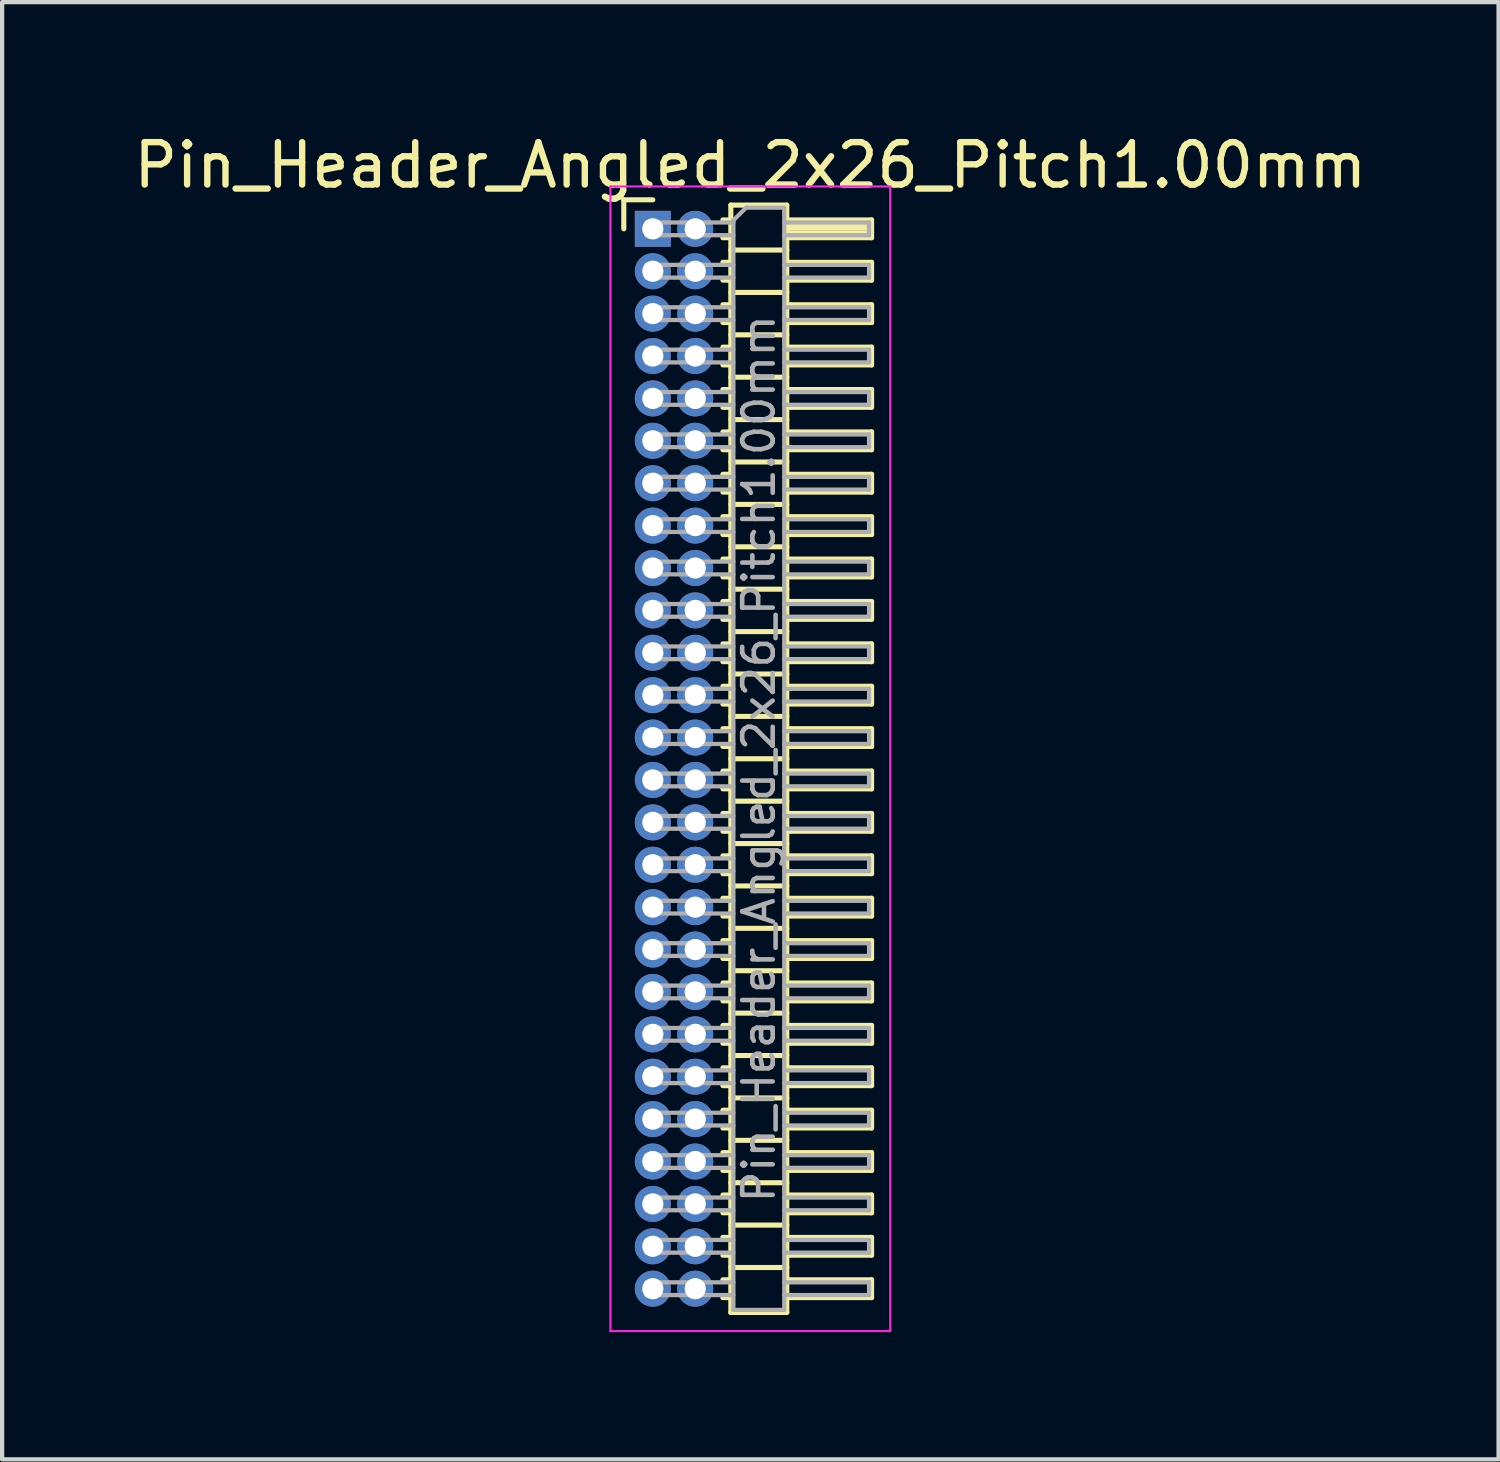
<source format=kicad_pcb>
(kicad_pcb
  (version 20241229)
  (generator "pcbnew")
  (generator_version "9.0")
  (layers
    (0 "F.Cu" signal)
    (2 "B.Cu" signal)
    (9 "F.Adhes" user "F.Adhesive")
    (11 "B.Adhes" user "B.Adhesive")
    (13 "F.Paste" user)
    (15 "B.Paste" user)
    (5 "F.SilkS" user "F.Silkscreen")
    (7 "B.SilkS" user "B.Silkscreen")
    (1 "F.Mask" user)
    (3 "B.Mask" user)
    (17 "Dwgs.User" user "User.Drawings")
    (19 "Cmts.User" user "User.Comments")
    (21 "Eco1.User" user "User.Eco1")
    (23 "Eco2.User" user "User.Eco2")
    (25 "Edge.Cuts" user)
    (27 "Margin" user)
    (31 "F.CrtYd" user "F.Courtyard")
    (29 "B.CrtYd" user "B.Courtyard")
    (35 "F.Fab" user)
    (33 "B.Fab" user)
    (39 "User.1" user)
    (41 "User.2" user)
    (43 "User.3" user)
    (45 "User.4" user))
  (footprint "Pin_Header_Angled_2x26_Pitch1.00mm"
    (layer "F.Cu")
    (at 12.349 2.348)
    (property "Reference" "Pin_Header_Angled_2x26_Pitch1.00mm" (at 2.3 -1.5 0) (layer "F.SilkS") (effects (font (size 1 1) (thickness 0.15))))
    (attr through_hole)
    (fp_line (start -0.685 -0.685) (end 0 -0.685) (stroke (width 0.12) (type solid)) (layer "F.SilkS"))
    (fp_line (start -0.685 0) (end -0.685 -0.685) (stroke (width 0.12) (type solid)) (layer "F.SilkS"))
    (fp_line (start 1.652 -0.21) (end 1.84 -0.21) (stroke (width 0.12) (type solid)) (layer "F.SilkS"))
    (fp_line (start 1.652 0.21) (end 1.84 0.21) (stroke (width 0.12) (type solid)) (layer "F.SilkS"))
    (fp_line (start 1.652 0.79) (end 1.84 0.79) (stroke (width 0.12) (type solid)) (layer "F.SilkS"))
    (fp_line (start 1.652 1.21) (end 1.84 1.21) (stroke (width 0.12) (type solid)) (layer "F.SilkS"))
    (fp_line (start 1.652 1.79) (end 1.84 1.79) (stroke (width 0.12) (type solid)) (layer "F.SilkS"))
    (fp_line (start 1.652 2.21) (end 1.84 2.21) (stroke (width 0.12) (type solid)) (layer "F.SilkS"))
    (fp_line (start 1.652 2.79) (end 1.84 2.79) (stroke (width 0.12) (type solid)) (layer "F.SilkS"))
    (fp_line (start 1.652 3.21) (end 1.84 3.21) (stroke (width 0.12) (type solid)) (layer "F.SilkS"))
    (fp_line (start 1.652 3.79) (end 1.84 3.79) (stroke (width 0.12) (type solid)) (layer "F.SilkS"))
    (fp_line (start 1.652 4.21) (end 1.84 4.21) (stroke (width 0.12) (type solid)) (layer "F.SilkS"))
    (fp_line (start 1.652 4.79) (end 1.84 4.79) (stroke (width 0.12) (type solid)) (layer "F.SilkS"))
    (fp_line (start 1.652 5.21) (end 1.84 5.21) (stroke (width 0.12) (type solid)) (layer "F.SilkS"))
    (fp_line (start 1.652 5.79) (end 1.84 5.79) (stroke (width 0.12) (type solid)) (layer "F.SilkS"))
    (fp_line (start 1.652 6.21) (end 1.84 6.21) (stroke (width 0.12) (type solid)) (layer "F.SilkS"))
    (fp_line (start 1.652 6.79) (end 1.84 6.79) (stroke (width 0.12) (type solid)) (layer "F.SilkS"))
    (fp_line (start 1.652 7.21) (end 1.84 7.21) (stroke (width 0.12) (type solid)) (layer "F.SilkS"))
    (fp_line (start 1.652 7.79) (end 1.84 7.79) (stroke (width 0.12) (type solid)) (layer "F.SilkS"))
    (fp_line (start 1.652 8.21) (end 1.84 8.21) (stroke (width 0.12) (type solid)) (layer "F.SilkS"))
    (fp_line (start 1.652 8.79) (end 1.84 8.79) (stroke (width 0.12) (type solid)) (layer "F.SilkS"))
    (fp_line (start 1.652 9.21) (end 1.84 9.21) (stroke (width 0.12) (type solid)) (layer "F.SilkS"))
    (fp_line (start 1.652 9.79) (end 1.84 9.79) (stroke (width 0.12) (type solid)) (layer "F.SilkS"))
    (fp_line (start 1.652 10.21) (end 1.84 10.21) (stroke (width 0.12) (type solid)) (layer "F.SilkS"))
    (fp_line (start 1.652 10.79) (end 1.84 10.79) (stroke (width 0.12) (type solid)) (layer "F.SilkS"))
    (fp_line (start 1.652 11.21) (end 1.84 11.21) (stroke (width 0.12) (type solid)) (layer "F.SilkS"))
    (fp_line (start 1.652 11.79) (end 1.84 11.79) (stroke (width 0.12) (type solid)) (layer "F.SilkS"))
    (fp_line (start 1.652 12.21) (end 1.84 12.21) (stroke (width 0.12) (type solid)) (layer "F.SilkS"))
    (fp_line (start 1.652 12.79) (end 1.84 12.79) (stroke (width 0.12) (type solid)) (layer "F.SilkS"))
    (fp_line (start 1.652 13.21) (end 1.84 13.21) (stroke (width 0.12) (type solid)) (layer "F.SilkS"))
    (fp_line (start 1.652 13.79) (end 1.84 13.79) (stroke (width 0.12) (type solid)) (layer "F.SilkS"))
    (fp_line (start 1.652 14.21) (end 1.84 14.21) (stroke (width 0.12) (type solid)) (layer "F.SilkS"))
    (fp_line (start 1.652 14.79) (end 1.84 14.79) (stroke (width 0.12) (type solid)) (layer "F.SilkS"))
    (fp_line (start 1.652 15.21) (end 1.84 15.21) (stroke (width 0.12) (type solid)) (layer "F.SilkS"))
    (fp_line (start 1.652 15.79) (end 1.84 15.79) (stroke (width 0.12) (type solid)) (layer "F.SilkS"))
    (fp_line (start 1.652 16.21) (end 1.84 16.21) (stroke (width 0.12) (type solid)) (layer "F.SilkS"))
    (fp_line (start 1.652 16.79) (end 1.84 16.79) (stroke (width 0.12) (type solid)) (layer "F.SilkS"))
    (fp_line (start 1.652 17.21) (end 1.84 17.21) (stroke (width 0.12) (type solid)) (layer "F.SilkS"))
    (fp_line (start 1.652 17.79) (end 1.84 17.79) (stroke (width 0.12) (type solid)) (layer "F.SilkS"))
    (fp_line (start 1.652 18.21) (end 1.84 18.21) (stroke (width 0.12) (type solid)) (layer "F.SilkS"))
    (fp_line (start 1.652 18.79) (end 1.84 18.79) (stroke (width 0.12) (type solid)) (layer "F.SilkS"))
    (fp_line (start 1.652 19.21) (end 1.84 19.21) (stroke (width 0.12) (type solid)) (layer "F.SilkS"))
    (fp_line (start 1.652 19.79) (end 1.84 19.79) (stroke (width 0.12) (type solid)) (layer "F.SilkS"))
    (fp_line (start 1.652 20.21) (end 1.84 20.21) (stroke (width 0.12) (type solid)) (layer "F.SilkS"))
    (fp_line (start 1.652 20.79) (end 1.84 20.79) (stroke (width 0.12) (type solid)) (layer "F.SilkS"))
    (fp_line (start 1.652 21.21) (end 1.84 21.21) (stroke (width 0.12) (type solid)) (layer "F.SilkS"))
    (fp_line (start 1.652 21.79) (end 1.84 21.79) (stroke (width 0.12) (type solid)) (layer "F.SilkS"))
    (fp_line (start 1.652 22.21) (end 1.84 22.21) (stroke (width 0.12) (type solid)) (layer "F.SilkS"))
    (fp_line (start 1.652 22.79) (end 1.84 22.79) (stroke (width 0.12) (type solid)) (layer "F.SilkS"))
    (fp_line (start 1.652 23.21) (end 1.84 23.21) (stroke (width 0.12) (type solid)) (layer "F.SilkS"))
    (fp_line (start 1.652 23.79) (end 1.84 23.79) (stroke (width 0.12) (type solid)) (layer "F.SilkS"))
    (fp_line (start 1.652 24.21) (end 1.84 24.21) (stroke (width 0.12) (type solid)) (layer "F.SilkS"))
    (fp_line (start 1.652 24.79) (end 1.84 24.79) (stroke (width 0.12) (type solid)) (layer "F.SilkS"))
    (fp_line (start 1.652 25.21) (end 1.84 25.21) (stroke (width 0.12) (type solid)) (layer "F.SilkS"))
    (fp_line (start 1.84 -0.56) (end 1.84 25.56) (stroke (width 0.12) (type solid)) (layer "F.SilkS"))
    (fp_line (start 1.84 0.5) (end 3.16 0.5) (stroke (width 0.12) (type solid)) (layer "F.SilkS"))
    (fp_line (start 1.84 1.5) (end 3.16 1.5) (stroke (width 0.12) (type solid)) (layer "F.SilkS"))
    (fp_line (start 1.84 2.5) (end 3.16 2.5) (stroke (width 0.12) (type solid)) (layer "F.SilkS"))
    (fp_line (start 1.84 3.5) (end 3.16 3.5) (stroke (width 0.12) (type solid)) (layer "F.SilkS"))
    (fp_line (start 1.84 4.5) (end 3.16 4.5) (stroke (width 0.12) (type solid)) (layer "F.SilkS"))
    (fp_line (start 1.84 5.5) (end 3.16 5.5) (stroke (width 0.12) (type solid)) (layer "F.SilkS"))
    (fp_line (start 1.84 6.5) (end 3.16 6.5) (stroke (width 0.12) (type solid)) (layer "F.SilkS"))
    (fp_line (start 1.84 7.5) (end 3.16 7.5) (stroke (width 0.12) (type solid)) (layer "F.SilkS"))
    (fp_line (start 1.84 8.5) (end 3.16 8.5) (stroke (width 0.12) (type solid)) (layer "F.SilkS"))
    (fp_line (start 1.84 9.5) (end 3.16 9.5) (stroke (width 0.12) (type solid)) (layer "F.SilkS"))
    (fp_line (start 1.84 10.5) (end 3.16 10.5) (stroke (width 0.12) (type solid)) (layer "F.SilkS"))
    (fp_line (start 1.84 11.5) (end 3.16 11.5) (stroke (width 0.12) (type solid)) (layer "F.SilkS"))
    (fp_line (start 1.84 12.5) (end 3.16 12.5) (stroke (width 0.12) (type solid)) (layer "F.SilkS"))
    (fp_line (start 1.84 13.5) (end 3.16 13.5) (stroke (width 0.12) (type solid)) (layer "F.SilkS"))
    (fp_line (start 1.84 14.5) (end 3.16 14.5) (stroke (width 0.12) (type solid)) (layer "F.SilkS"))
    (fp_line (start 1.84 15.5) (end 3.16 15.5) (stroke (width 0.12) (type solid)) (layer "F.SilkS"))
    (fp_line (start 1.84 16.5) (end 3.16 16.5) (stroke (width 0.12) (type solid)) (layer "F.SilkS"))
    (fp_line (start 1.84 17.5) (end 3.16 17.5) (stroke (width 0.12) (type solid)) (layer "F.SilkS"))
    (fp_line (start 1.84 18.5) (end 3.16 18.5) (stroke (width 0.12) (type solid)) (layer "F.SilkS"))
    (fp_line (start 1.84 19.5) (end 3.16 19.5) (stroke (width 0.12) (type solid)) (layer "F.SilkS"))
    (fp_line (start 1.84 20.5) (end 3.16 20.5) (stroke (width 0.12) (type solid)) (layer "F.SilkS"))
    (fp_line (start 1.84 21.5) (end 3.16 21.5) (stroke (width 0.12) (type solid)) (layer "F.SilkS"))
    (fp_line (start 1.84 22.5) (end 3.16 22.5) (stroke (width 0.12) (type solid)) (layer "F.SilkS"))
    (fp_line (start 1.84 23.5) (end 3.16 23.5) (stroke (width 0.12) (type solid)) (layer "F.SilkS"))
    (fp_line (start 1.84 24.5) (end 3.16 24.5) (stroke (width 0.12) (type solid)) (layer "F.SilkS"))
    (fp_line (start 1.84 25.56) (end 3.16 25.56) (stroke (width 0.12) (type solid)) (layer "F.SilkS"))
    (fp_line (start 3.16 -0.56) (end 1.84 -0.56) (stroke (width 0.12) (type solid)) (layer "F.SilkS"))
    (fp_line (start 3.16 -0.21) (end 5.16 -0.21) (stroke (width 0.12) (type solid)) (layer "F.SilkS"))
    (fp_line (start 3.16 -0.15) (end 5.16 -0.15) (stroke (width 0.12) (type solid)) (layer "F.SilkS"))
    (fp_line (start 3.16 -0.03) (end 5.16 -0.03) (stroke (width 0.12) (type solid)) (layer "F.SilkS"))
    (fp_line (start 3.16 0.09) (end 5.16 0.09) (stroke (width 0.12) (type solid)) (layer "F.SilkS"))
    (fp_line (start 3.16 0.79) (end 5.16 0.79) (stroke (width 0.12) (type solid)) (layer "F.SilkS"))
    (fp_line (start 3.16 1.79) (end 5.16 1.79) (stroke (width 0.12) (type solid)) (layer "F.SilkS"))
    (fp_line (start 3.16 2.79) (end 5.16 2.79) (stroke (width 0.12) (type solid)) (layer "F.SilkS"))
    (fp_line (start 3.16 3.79) (end 5.16 3.79) (stroke (width 0.12) (type solid)) (layer "F.SilkS"))
    (fp_line (start 3.16 4.79) (end 5.16 4.79) (stroke (width 0.12) (type solid)) (layer "F.SilkS"))
    (fp_line (start 3.16 5.79) (end 5.16 5.79) (stroke (width 0.12) (type solid)) (layer "F.SilkS"))
    (fp_line (start 3.16 6.79) (end 5.16 6.79) (stroke (width 0.12) (type solid)) (layer "F.SilkS"))
    (fp_line (start 3.16 7.79) (end 5.16 7.79) (stroke (width 0.12) (type solid)) (layer "F.SilkS"))
    (fp_line (start 3.16 8.79) (end 5.16 8.79) (stroke (width 0.12) (type solid)) (layer "F.SilkS"))
    (fp_line (start 3.16 9.79) (end 5.16 9.79) (stroke (width 0.12) (type solid)) (layer "F.SilkS"))
    (fp_line (start 3.16 10.79) (end 5.16 10.79) (stroke (width 0.12) (type solid)) (layer "F.SilkS"))
    (fp_line (start 3.16 11.79) (end 5.16 11.79) (stroke (width 0.12) (type solid)) (layer "F.SilkS"))
    (fp_line (start 3.16 12.79) (end 5.16 12.79) (stroke (width 0.12) (type solid)) (layer "F.SilkS"))
    (fp_line (start 3.16 13.79) (end 5.16 13.79) (stroke (width 0.12) (type solid)) (layer "F.SilkS"))
    (fp_line (start 3.16 14.79) (end 5.16 14.79) (stroke (width 0.12) (type solid)) (layer "F.SilkS"))
    (fp_line (start 3.16 15.79) (end 5.16 15.79) (stroke (width 0.12) (type solid)) (layer "F.SilkS"))
    (fp_line (start 3.16 16.79) (end 5.16 16.79) (stroke (width 0.12) (type solid)) (layer "F.SilkS"))
    (fp_line (start 3.16 17.79) (end 5.16 17.79) (stroke (width 0.12) (type solid)) (layer "F.SilkS"))
    (fp_line (start 3.16 18.79) (end 5.16 18.79) (stroke (width 0.12) (type solid)) (layer "F.SilkS"))
    (fp_line (start 3.16 19.79) (end 5.16 19.79) (stroke (width 0.12) (type solid)) (layer "F.SilkS"))
    (fp_line (start 3.16 20.79) (end 5.16 20.79) (stroke (width 0.12) (type solid)) (layer "F.SilkS"))
    (fp_line (start 3.16 21.79) (end 5.16 21.79) (stroke (width 0.12) (type solid)) (layer "F.SilkS"))
    (fp_line (start 3.16 22.79) (end 5.16 22.79) (stroke (width 0.12) (type solid)) (layer "F.SilkS"))
    (fp_line (start 3.16 23.79) (end 5.16 23.79) (stroke (width 0.12) (type solid)) (layer "F.SilkS"))
    (fp_line (start 3.16 24.79) (end 5.16 24.79) (stroke (width 0.12) (type solid)) (layer "F.SilkS"))
    (fp_line (start 3.16 25.56) (end 3.16 -0.56) (stroke (width 0.12) (type solid)) (layer "F.SilkS"))
    (fp_line (start 5.16 -0.21) (end 5.16 0.21) (stroke (width 0.12) (type solid)) (layer "F.SilkS"))
    (fp_line (start 5.16 0.21) (end 3.16 0.21) (stroke (width 0.12) (type solid)) (layer "F.SilkS"))
    (fp_line (start 5.16 0.79) (end 5.16 1.21) (stroke (width 0.12) (type solid)) (layer "F.SilkS"))
    (fp_line (start 5.16 1.21) (end 3.16 1.21) (stroke (width 0.12) (type solid)) (layer "F.SilkS"))
    (fp_line (start 5.16 1.79) (end 5.16 2.21) (stroke (width 0.12) (type solid)) (layer "F.SilkS"))
    (fp_line (start 5.16 2.21) (end 3.16 2.21) (stroke (width 0.12) (type solid)) (layer "F.SilkS"))
    (fp_line (start 5.16 2.79) (end 5.16 3.21) (stroke (width 0.12) (type solid)) (layer "F.SilkS"))
    (fp_line (start 5.16 3.21) (end 3.16 3.21) (stroke (width 0.12) (type solid)) (layer "F.SilkS"))
    (fp_line (start 5.16 3.79) (end 5.16 4.21) (stroke (width 0.12) (type solid)) (layer "F.SilkS"))
    (fp_line (start 5.16 4.21) (end 3.16 4.21) (stroke (width 0.12) (type solid)) (layer "F.SilkS"))
    (fp_line (start 5.16 4.79) (end 5.16 5.21) (stroke (width 0.12) (type solid)) (layer "F.SilkS"))
    (fp_line (start 5.16 5.21) (end 3.16 5.21) (stroke (width 0.12) (type solid)) (layer "F.SilkS"))
    (fp_line (start 5.16 5.79) (end 5.16 6.21) (stroke (width 0.12) (type solid)) (layer "F.SilkS"))
    (fp_line (start 5.16 6.21) (end 3.16 6.21) (stroke (width 0.12) (type solid)) (layer "F.SilkS"))
    (fp_line (start 5.16 6.79) (end 5.16 7.21) (stroke (width 0.12) (type solid)) (layer "F.SilkS"))
    (fp_line (start 5.16 7.21) (end 3.16 7.21) (stroke (width 0.12) (type solid)) (layer "F.SilkS"))
    (fp_line (start 5.16 7.79) (end 5.16 8.21) (stroke (width 0.12) (type solid)) (layer "F.SilkS"))
    (fp_line (start 5.16 8.21) (end 3.16 8.21) (stroke (width 0.12) (type solid)) (layer "F.SilkS"))
    (fp_line (start 5.16 8.79) (end 5.16 9.21) (stroke (width 0.12) (type solid)) (layer "F.SilkS"))
    (fp_line (start 5.16 9.21) (end 3.16 9.21) (stroke (width 0.12) (type solid)) (layer "F.SilkS"))
    (fp_line (start 5.16 9.79) (end 5.16 10.21) (stroke (width 0.12) (type solid)) (layer "F.SilkS"))
    (fp_line (start 5.16 10.21) (end 3.16 10.21) (stroke (width 0.12) (type solid)) (layer "F.SilkS"))
    (fp_line (start 5.16 10.79) (end 5.16 11.21) (stroke (width 0.12) (type solid)) (layer "F.SilkS"))
    (fp_line (start 5.16 11.21) (end 3.16 11.21) (stroke (width 0.12) (type solid)) (layer "F.SilkS"))
    (fp_line (start 5.16 11.79) (end 5.16 12.21) (stroke (width 0.12) (type solid)) (layer "F.SilkS"))
    (fp_line (start 5.16 12.21) (end 3.16 12.21) (stroke (width 0.12) (type solid)) (layer "F.SilkS"))
    (fp_line (start 5.16 12.79) (end 5.16 13.21) (stroke (width 0.12) (type solid)) (layer "F.SilkS"))
    (fp_line (start 5.16 13.21) (end 3.16 13.21) (stroke (width 0.12) (type solid)) (layer "F.SilkS"))
    (fp_line (start 5.16 13.79) (end 5.16 14.21) (stroke (width 0.12) (type solid)) (layer "F.SilkS"))
    (fp_line (start 5.16 14.21) (end 3.16 14.21) (stroke (width 0.12) (type solid)) (layer "F.SilkS"))
    (fp_line (start 5.16 14.79) (end 5.16 15.21) (stroke (width 0.12) (type solid)) (layer "F.SilkS"))
    (fp_line (start 5.16 15.21) (end 3.16 15.21) (stroke (width 0.12) (type solid)) (layer "F.SilkS"))
    (fp_line (start 5.16 15.79) (end 5.16 16.21) (stroke (width 0.12) (type solid)) (layer "F.SilkS"))
    (fp_line (start 5.16 16.21) (end 3.16 16.21) (stroke (width 0.12) (type solid)) (layer "F.SilkS"))
    (fp_line (start 5.16 16.79) (end 5.16 17.21) (stroke (width 0.12) (type solid)) (layer "F.SilkS"))
    (fp_line (start 5.16 17.21) (end 3.16 17.21) (stroke (width 0.12) (type solid)) (layer "F.SilkS"))
    (fp_line (start 5.16 17.79) (end 5.16 18.21) (stroke (width 0.12) (type solid)) (layer "F.SilkS"))
    (fp_line (start 5.16 18.21) (end 3.16 18.21) (stroke (width 0.12) (type solid)) (layer "F.SilkS"))
    (fp_line (start 5.16 18.79) (end 5.16 19.21) (stroke (width 0.12) (type solid)) (layer "F.SilkS"))
    (fp_line (start 5.16 19.21) (end 3.16 19.21) (stroke (width 0.12) (type solid)) (layer "F.SilkS"))
    (fp_line (start 5.16 19.79) (end 5.16 20.21) (stroke (width 0.12) (type solid)) (layer "F.SilkS"))
    (fp_line (start 5.16 20.21) (end 3.16 20.21) (stroke (width 0.12) (type solid)) (layer "F.SilkS"))
    (fp_line (start 5.16 20.79) (end 5.16 21.21) (stroke (width 0.12) (type solid)) (layer "F.SilkS"))
    (fp_line (start 5.16 21.21) (end 3.16 21.21) (stroke (width 0.12) (type solid)) (layer "F.SilkS"))
    (fp_line (start 5.16 21.79) (end 5.16 22.21) (stroke (width 0.12) (type solid)) (layer "F.SilkS"))
    (fp_line (start 5.16 22.21) (end 3.16 22.21) (stroke (width 0.12) (type solid)) (layer "F.SilkS"))
    (fp_line (start 5.16 22.79) (end 5.16 23.21) (stroke (width 0.12) (type solid)) (layer "F.SilkS"))
    (fp_line (start 5.16 23.21) (end 3.16 23.21) (stroke (width 0.12) (type solid)) (layer "F.SilkS"))
    (fp_line (start 5.16 23.79) (end 5.16 24.21) (stroke (width 0.12) (type solid)) (layer "F.SilkS"))
    (fp_line (start 5.16 24.21) (end 3.16 24.21) (stroke (width 0.12) (type solid)) (layer "F.SilkS"))
    (fp_line (start 5.16 24.79) (end 5.16 25.21) (stroke (width 0.12) (type solid)) (layer "F.SilkS"))
    (fp_line (start 5.16 25.21) (end 3.16 25.21) (stroke (width 0.12) (type solid)) (layer "F.SilkS"))
    (fp_line (start -1 -1) (end -1 26) (stroke (width 0.05) (type solid)) (layer "F.CrtYd"))
    (fp_line (start -1 26) (end 5.6 26) (stroke (width 0.05) (type solid)) (layer "F.CrtYd"))
    (fp_line (start 5.6 -1) (end -1 -1) (stroke (width 0.05) (type solid)) (layer "F.CrtYd"))
    (fp_line (start 5.6 26) (end 5.6 -1) (stroke (width 0.05) (type solid)) (layer "F.CrtYd"))
    (fp_line (start -0.15 -0.15) (end -0.15 0.15) (stroke (width 0.1) (type solid)) (layer "F.Fab"))
    (fp_line (start -0.15 -0.15) (end 1.9 -0.15) (stroke (width 0.1) (type solid)) (layer "F.Fab"))
    (fp_line (start -0.15 0.15) (end 1.9 0.15) (stroke (width 0.1) (type solid)) (layer "F.Fab"))
    (fp_line (start -0.15 0.85) (end -0.15 1.15) (stroke (width 0.1) (type solid)) (layer "F.Fab"))
    (fp_line (start -0.15 0.85) (end 1.9 0.85) (stroke (width 0.1) (type solid)) (layer "F.Fab"))
    (fp_line (start -0.15 1.15) (end 1.9 1.15) (stroke (width 0.1) (type solid)) (layer "F.Fab"))
    (fp_line (start -0.15 1.85) (end -0.15 2.15) (stroke (width 0.1) (type solid)) (layer "F.Fab"))
    (fp_line (start -0.15 1.85) (end 1.9 1.85) (stroke (width 0.1) (type solid)) (layer "F.Fab"))
    (fp_line (start -0.15 2.15) (end 1.9 2.15) (stroke (width 0.1) (type solid)) (layer "F.Fab"))
    (fp_line (start -0.15 2.85) (end -0.15 3.15) (stroke (width 0.1) (type solid)) (layer "F.Fab"))
    (fp_line (start -0.15 2.85) (end 1.9 2.85) (stroke (width 0.1) (type solid)) (layer "F.Fab"))
    (fp_line (start -0.15 3.15) (end 1.9 3.15) (stroke (width 0.1) (type solid)) (layer "F.Fab"))
    (fp_line (start -0.15 3.85) (end -0.15 4.15) (stroke (width 0.1) (type solid)) (layer "F.Fab"))
    (fp_line (start -0.15 3.85) (end 1.9 3.85) (stroke (width 0.1) (type solid)) (layer "F.Fab"))
    (fp_line (start -0.15 4.15) (end 1.9 4.15) (stroke (width 0.1) (type solid)) (layer "F.Fab"))
    (fp_line (start -0.15 4.85) (end -0.15 5.15) (stroke (width 0.1) (type solid)) (layer "F.Fab"))
    (fp_line (start -0.15 4.85) (end 1.9 4.85) (stroke (width 0.1) (type solid)) (layer "F.Fab"))
    (fp_line (start -0.15 5.15) (end 1.9 5.15) (stroke (width 0.1) (type solid)) (layer "F.Fab"))
    (fp_line (start -0.15 5.85) (end -0.15 6.15) (stroke (width 0.1) (type solid)) (layer "F.Fab"))
    (fp_line (start -0.15 5.85) (end 1.9 5.85) (stroke (width 0.1) (type solid)) (layer "F.Fab"))
    (fp_line (start -0.15 6.15) (end 1.9 6.15) (stroke (width 0.1) (type solid)) (layer "F.Fab"))
    (fp_line (start -0.15 6.85) (end -0.15 7.15) (stroke (width 0.1) (type solid)) (layer "F.Fab"))
    (fp_line (start -0.15 6.85) (end 1.9 6.85) (stroke (width 0.1) (type solid)) (layer "F.Fab"))
    (fp_line (start -0.15 7.15) (end 1.9 7.15) (stroke (width 0.1) (type solid)) (layer "F.Fab"))
    (fp_line (start -0.15 7.85) (end -0.15 8.15) (stroke (width 0.1) (type solid)) (layer "F.Fab"))
    (fp_line (start -0.15 7.85) (end 1.9 7.85) (stroke (width 0.1) (type solid)) (layer "F.Fab"))
    (fp_line (start -0.15 8.15) (end 1.9 8.15) (stroke (width 0.1) (type solid)) (layer "F.Fab"))
    (fp_line (start -0.15 8.85) (end -0.15 9.15) (stroke (width 0.1) (type solid)) (layer "F.Fab"))
    (fp_line (start -0.15 8.85) (end 1.9 8.85) (stroke (width 0.1) (type solid)) (layer "F.Fab"))
    (fp_line (start -0.15 9.15) (end 1.9 9.15) (stroke (width 0.1) (type solid)) (layer "F.Fab"))
    (fp_line (start -0.15 9.85) (end -0.15 10.15) (stroke (width 0.1) (type solid)) (layer "F.Fab"))
    (fp_line (start -0.15 9.85) (end 1.9 9.85) (stroke (width 0.1) (type solid)) (layer "F.Fab"))
    (fp_line (start -0.15 10.15) (end 1.9 10.15) (stroke (width 0.1) (type solid)) (layer "F.Fab"))
    (fp_line (start -0.15 10.85) (end -0.15 11.15) (stroke (width 0.1) (type solid)) (layer "F.Fab"))
    (fp_line (start -0.15 10.85) (end 1.9 10.85) (stroke (width 0.1) (type solid)) (layer "F.Fab"))
    (fp_line (start -0.15 11.15) (end 1.9 11.15) (stroke (width 0.1) (type solid)) (layer "F.Fab"))
    (fp_line (start -0.15 11.85) (end -0.15 12.15) (stroke (width 0.1) (type solid)) (layer "F.Fab"))
    (fp_line (start -0.15 11.85) (end 1.9 11.85) (stroke (width 0.1) (type solid)) (layer "F.Fab"))
    (fp_line (start -0.15 12.15) (end 1.9 12.15) (stroke (width 0.1) (type solid)) (layer "F.Fab"))
    (fp_line (start -0.15 12.85) (end -0.15 13.15) (stroke (width 0.1) (type solid)) (layer "F.Fab"))
    (fp_line (start -0.15 12.85) (end 1.9 12.85) (stroke (width 0.1) (type solid)) (layer "F.Fab"))
    (fp_line (start -0.15 13.15) (end 1.9 13.15) (stroke (width 0.1) (type solid)) (layer "F.Fab"))
    (fp_line (start -0.15 13.85) (end -0.15 14.15) (stroke (width 0.1) (type solid)) (layer "F.Fab"))
    (fp_line (start -0.15 13.85) (end 1.9 13.85) (stroke (width 0.1) (type solid)) (layer "F.Fab"))
    (fp_line (start -0.15 14.15) (end 1.9 14.15) (stroke (width 0.1) (type solid)) (layer "F.Fab"))
    (fp_line (start -0.15 14.85) (end -0.15 15.15) (stroke (width 0.1) (type solid)) (layer "F.Fab"))
    (fp_line (start -0.15 14.85) (end 1.9 14.85) (stroke (width 0.1) (type solid)) (layer "F.Fab"))
    (fp_line (start -0.15 15.15) (end 1.9 15.15) (stroke (width 0.1) (type solid)) (layer "F.Fab"))
    (fp_line (start -0.15 15.85) (end -0.15 16.15) (stroke (width 0.1) (type solid)) (layer "F.Fab"))
    (fp_line (start -0.15 15.85) (end 1.9 15.85) (stroke (width 0.1) (type solid)) (layer "F.Fab"))
    (fp_line (start -0.15 16.15) (end 1.9 16.15) (stroke (width 0.1) (type solid)) (layer "F.Fab"))
    (fp_line (start -0.15 16.85) (end -0.15 17.15) (stroke (width 0.1) (type solid)) (layer "F.Fab"))
    (fp_line (start -0.15 16.85) (end 1.9 16.85) (stroke (width 0.1) (type solid)) (layer "F.Fab"))
    (fp_line (start -0.15 17.15) (end 1.9 17.15) (stroke (width 0.1) (type solid)) (layer "F.Fab"))
    (fp_line (start -0.15 17.85) (end -0.15 18.15) (stroke (width 0.1) (type solid)) (layer "F.Fab"))
    (fp_line (start -0.15 17.85) (end 1.9 17.85) (stroke (width 0.1) (type solid)) (layer "F.Fab"))
    (fp_line (start -0.15 18.15) (end 1.9 18.15) (stroke (width 0.1) (type solid)) (layer "F.Fab"))
    (fp_line (start -0.15 18.85) (end -0.15 19.15) (stroke (width 0.1) (type solid)) (layer "F.Fab"))
    (fp_line (start -0.15 18.85) (end 1.9 18.85) (stroke (width 0.1) (type solid)) (layer "F.Fab"))
    (fp_line (start -0.15 19.15) (end 1.9 19.15) (stroke (width 0.1) (type solid)) (layer "F.Fab"))
    (fp_line (start -0.15 19.85) (end -0.15 20.15) (stroke (width 0.1) (type solid)) (layer "F.Fab"))
    (fp_line (start -0.15 19.85) (end 1.9 19.85) (stroke (width 0.1) (type solid)) (layer "F.Fab"))
    (fp_line (start -0.15 20.15) (end 1.9 20.15) (stroke (width 0.1) (type solid)) (layer "F.Fab"))
    (fp_line (start -0.15 20.85) (end -0.15 21.15) (stroke (width 0.1) (type solid)) (layer "F.Fab"))
    (fp_line (start -0.15 20.85) (end 1.9 20.85) (stroke (width 0.1) (type solid)) (layer "F.Fab"))
    (fp_line (start -0.15 21.15) (end 1.9 21.15) (stroke (width 0.1) (type solid)) (layer "F.Fab"))
    (fp_line (start -0.15 21.85) (end -0.15 22.15) (stroke (width 0.1) (type solid)) (layer "F.Fab"))
    (fp_line (start -0.15 21.85) (end 1.9 21.85) (stroke (width 0.1) (type solid)) (layer "F.Fab"))
    (fp_line (start -0.15 22.15) (end 1.9 22.15) (stroke (width 0.1) (type solid)) (layer "F.Fab"))
    (fp_line (start -0.15 22.85) (end -0.15 23.15) (stroke (width 0.1) (type solid)) (layer "F.Fab"))
    (fp_line (start -0.15 22.85) (end 1.9 22.85) (stroke (width 0.1) (type solid)) (layer "F.Fab"))
    (fp_line (start -0.15 23.15) (end 1.9 23.15) (stroke (width 0.1) (type solid)) (layer "F.Fab"))
    (fp_line (start -0.15 23.85) (end -0.15 24.15) (stroke (width 0.1) (type solid)) (layer "F.Fab"))
    (fp_line (start -0.15 23.85) (end 1.9 23.85) (stroke (width 0.1) (type solid)) (layer "F.Fab"))
    (fp_line (start -0.15 24.15) (end 1.9 24.15) (stroke (width 0.1) (type solid)) (layer "F.Fab"))
    (fp_line (start -0.15 24.85) (end -0.15 25.15) (stroke (width 0.1) (type solid)) (layer "F.Fab"))
    (fp_line (start -0.15 24.85) (end 1.9 24.85) (stroke (width 0.1) (type solid)) (layer "F.Fab"))
    (fp_line (start -0.15 25.15) (end 1.9 25.15) (stroke (width 0.1) (type solid)) (layer "F.Fab"))
    (fp_line (start 1.9 -0.2) (end 2.2 -0.5) (stroke (width 0.1) (type solid)) (layer "F.Fab"))
    (fp_line (start 1.9 25.5) (end 1.9 -0.2) (stroke (width 0.1) (type solid)) (layer "F.Fab"))
    (fp_line (start 2.2 -0.5) (end 3.1 -0.5) (stroke (width 0.1) (type solid)) (layer "F.Fab"))
    (fp_line (start 3.1 -0.5) (end 3.1 25.5) (stroke (width 0.1) (type solid)) (layer "F.Fab"))
    (fp_line (start 3.1 -0.15) (end 5.1 -0.15) (stroke (width 0.1) (type solid)) (layer "F.Fab"))
    (fp_line (start 3.1 0.15) (end 5.1 0.15) (stroke (width 0.1) (type solid)) (layer "F.Fab"))
    (fp_line (start 3.1 0.85) (end 5.1 0.85) (stroke (width 0.1) (type solid)) (layer "F.Fab"))
    (fp_line (start 3.1 1.15) (end 5.1 1.15) (stroke (width 0.1) (type solid)) (layer "F.Fab"))
    (fp_line (start 3.1 1.85) (end 5.1 1.85) (stroke (width 0.1) (type solid)) (layer "F.Fab"))
    (fp_line (start 3.1 2.15) (end 5.1 2.15) (stroke (width 0.1) (type solid)) (layer "F.Fab"))
    (fp_line (start 3.1 2.85) (end 5.1 2.85) (stroke (width 0.1) (type solid)) (layer "F.Fab"))
    (fp_line (start 3.1 3.15) (end 5.1 3.15) (stroke (width 0.1) (type solid)) (layer "F.Fab"))
    (fp_line (start 3.1 3.85) (end 5.1 3.85) (stroke (width 0.1) (type solid)) (layer "F.Fab"))
    (fp_line (start 3.1 4.15) (end 5.1 4.15) (stroke (width 0.1) (type solid)) (layer "F.Fab"))
    (fp_line (start 3.1 4.85) (end 5.1 4.85) (stroke (width 0.1) (type solid)) (layer "F.Fab"))
    (fp_line (start 3.1 5.15) (end 5.1 5.15) (stroke (width 0.1) (type solid)) (layer "F.Fab"))
    (fp_line (start 3.1 5.85) (end 5.1 5.85) (stroke (width 0.1) (type solid)) (layer "F.Fab"))
    (fp_line (start 3.1 6.15) (end 5.1 6.15) (stroke (width 0.1) (type solid)) (layer "F.Fab"))
    (fp_line (start 3.1 6.85) (end 5.1 6.85) (stroke (width 0.1) (type solid)) (layer "F.Fab"))
    (fp_line (start 3.1 7.15) (end 5.1 7.15) (stroke (width 0.1) (type solid)) (layer "F.Fab"))
    (fp_line (start 3.1 7.85) (end 5.1 7.85) (stroke (width 0.1) (type solid)) (layer "F.Fab"))
    (fp_line (start 3.1 8.15) (end 5.1 8.15) (stroke (width 0.1) (type solid)) (layer "F.Fab"))
    (fp_line (start 3.1 8.85) (end 5.1 8.85) (stroke (width 0.1) (type solid)) (layer "F.Fab"))
    (fp_line (start 3.1 9.15) (end 5.1 9.15) (stroke (width 0.1) (type solid)) (layer "F.Fab"))
    (fp_line (start 3.1 9.85) (end 5.1 9.85) (stroke (width 0.1) (type solid)) (layer "F.Fab"))
    (fp_line (start 3.1 10.15) (end 5.1 10.15) (stroke (width 0.1) (type solid)) (layer "F.Fab"))
    (fp_line (start 3.1 10.85) (end 5.1 10.85) (stroke (width 0.1) (type solid)) (layer "F.Fab"))
    (fp_line (start 3.1 11.15) (end 5.1 11.15) (stroke (width 0.1) (type solid)) (layer "F.Fab"))
    (fp_line (start 3.1 11.85) (end 5.1 11.85) (stroke (width 0.1) (type solid)) (layer "F.Fab"))
    (fp_line (start 3.1 12.15) (end 5.1 12.15) (stroke (width 0.1) (type solid)) (layer "F.Fab"))
    (fp_line (start 3.1 12.85) (end 5.1 12.85) (stroke (width 0.1) (type solid)) (layer "F.Fab"))
    (fp_line (start 3.1 13.15) (end 5.1 13.15) (stroke (width 0.1) (type solid)) (layer "F.Fab"))
    (fp_line (start 3.1 13.85) (end 5.1 13.85) (stroke (width 0.1) (type solid)) (layer "F.Fab"))
    (fp_line (start 3.1 14.15) (end 5.1 14.15) (stroke (width 0.1) (type solid)) (layer "F.Fab"))
    (fp_line (start 3.1 14.85) (end 5.1 14.85) (stroke (width 0.1) (type solid)) (layer "F.Fab"))
    (fp_line (start 3.1 15.15) (end 5.1 15.15) (stroke (width 0.1) (type solid)) (layer "F.Fab"))
    (fp_line (start 3.1 15.85) (end 5.1 15.85) (stroke (width 0.1) (type solid)) (layer "F.Fab"))
    (fp_line (start 3.1 16.15) (end 5.1 16.15) (stroke (width 0.1) (type solid)) (layer "F.Fab"))
    (fp_line (start 3.1 16.85) (end 5.1 16.85) (stroke (width 0.1) (type solid)) (layer "F.Fab"))
    (fp_line (start 3.1 17.15) (end 5.1 17.15) (stroke (width 0.1) (type solid)) (layer "F.Fab"))
    (fp_line (start 3.1 17.85) (end 5.1 17.85) (stroke (width 0.1) (type solid)) (layer "F.Fab"))
    (fp_line (start 3.1 18.15) (end 5.1 18.15) (stroke (width 0.1) (type solid)) (layer "F.Fab"))
    (fp_line (start 3.1 18.85) (end 5.1 18.85) (stroke (width 0.1) (type solid)) (layer "F.Fab"))
    (fp_line (start 3.1 19.15) (end 5.1 19.15) (stroke (width 0.1) (type solid)) (layer "F.Fab"))
    (fp_line (start 3.1 19.85) (end 5.1 19.85) (stroke (width 0.1) (type solid)) (layer "F.Fab"))
    (fp_line (start 3.1 20.15) (end 5.1 20.15) (stroke (width 0.1) (type solid)) (layer "F.Fab"))
    (fp_line (start 3.1 20.85) (end 5.1 20.85) (stroke (width 0.1) (type solid)) (layer "F.Fab"))
    (fp_line (start 3.1 21.15) (end 5.1 21.15) (stroke (width 0.1) (type solid)) (layer "F.Fab"))
    (fp_line (start 3.1 21.85) (end 5.1 21.85) (stroke (width 0.1) (type solid)) (layer "F.Fab"))
    (fp_line (start 3.1 22.15) (end 5.1 22.15) (stroke (width 0.1) (type solid)) (layer "F.Fab"))
    (fp_line (start 3.1 22.85) (end 5.1 22.85) (stroke (width 0.1) (type solid)) (layer "F.Fab"))
    (fp_line (start 3.1 23.15) (end 5.1 23.15) (stroke (width 0.1) (type solid)) (layer "F.Fab"))
    (fp_line (start 3.1 23.85) (end 5.1 23.85) (stroke (width 0.1) (type solid)) (layer "F.Fab"))
    (fp_line (start 3.1 24.15) (end 5.1 24.15) (stroke (width 0.1) (type solid)) (layer "F.Fab"))
    (fp_line (start 3.1 24.85) (end 5.1 24.85) (stroke (width 0.1) (type solid)) (layer "F.Fab"))
    (fp_line (start 3.1 25.15) (end 5.1 25.15) (stroke (width 0.1) (type solid)) (layer "F.Fab"))
    (fp_line (start 3.1 25.5) (end 1.9 25.5) (stroke (width 0.1) (type solid)) (layer "F.Fab"))
    (fp_line (start 5.1 -0.15) (end 5.1 0.15) (stroke (width 0.1) (type solid)) (layer "F.Fab"))
    (fp_line (start 5.1 0.85) (end 5.1 1.15) (stroke (width 0.1) (type solid)) (layer "F.Fab"))
    (fp_line (start 5.1 1.85) (end 5.1 2.15) (stroke (width 0.1) (type solid)) (layer "F.Fab"))
    (fp_line (start 5.1 2.85) (end 5.1 3.15) (stroke (width 0.1) (type solid)) (layer "F.Fab"))
    (fp_line (start 5.1 3.85) (end 5.1 4.15) (stroke (width 0.1) (type solid)) (layer "F.Fab"))
    (fp_line (start 5.1 4.85) (end 5.1 5.15) (stroke (width 0.1) (type solid)) (layer "F.Fab"))
    (fp_line (start 5.1 5.85) (end 5.1 6.15) (stroke (width 0.1) (type solid)) (layer "F.Fab"))
    (fp_line (start 5.1 6.85) (end 5.1 7.15) (stroke (width 0.1) (type solid)) (layer "F.Fab"))
    (fp_line (start 5.1 7.85) (end 5.1 8.15) (stroke (width 0.1) (type solid)) (layer "F.Fab"))
    (fp_line (start 5.1 8.85) (end 5.1 9.15) (stroke (width 0.1) (type solid)) (layer "F.Fab"))
    (fp_line (start 5.1 9.85) (end 5.1 10.15) (stroke (width 0.1) (type solid)) (layer "F.Fab"))
    (fp_line (start 5.1 10.85) (end 5.1 11.15) (stroke (width 0.1) (type solid)) (layer "F.Fab"))
    (fp_line (start 5.1 11.85) (end 5.1 12.15) (stroke (width 0.1) (type solid)) (layer "F.Fab"))
    (fp_line (start 5.1 12.85) (end 5.1 13.15) (stroke (width 0.1) (type solid)) (layer "F.Fab"))
    (fp_line (start 5.1 13.85) (end 5.1 14.15) (stroke (width 0.1) (type solid)) (layer "F.Fab"))
    (fp_line (start 5.1 14.85) (end 5.1 15.15) (stroke (width 0.1) (type solid)) (layer "F.Fab"))
    (fp_line (start 5.1 15.85) (end 5.1 16.15) (stroke (width 0.1) (type solid)) (layer "F.Fab"))
    (fp_line (start 5.1 16.85) (end 5.1 17.15) (stroke (width 0.1) (type solid)) (layer "F.Fab"))
    (fp_line (start 5.1 17.85) (end 5.1 18.15) (stroke (width 0.1) (type solid)) (layer "F.Fab"))
    (fp_line (start 5.1 18.85) (end 5.1 19.15) (stroke (width 0.1) (type solid)) (layer "F.Fab"))
    (fp_line (start 5.1 19.85) (end 5.1 20.15) (stroke (width 0.1) (type solid)) (layer "F.Fab"))
    (fp_line (start 5.1 20.85) (end 5.1 21.15) (stroke (width 0.1) (type solid)) (layer "F.Fab"))
    (fp_line (start 5.1 21.85) (end 5.1 22.15) (stroke (width 0.1) (type solid)) (layer "F.Fab"))
    (fp_line (start 5.1 22.85) (end 5.1 23.15) (stroke (width 0.1) (type solid)) (layer "F.Fab"))
    (fp_line (start 5.1 23.85) (end 5.1 24.15) (stroke (width 0.1) (type solid)) (layer "F.Fab"))
    (fp_line (start 5.1 24.85) (end 5.1 25.15) (stroke (width 0.1) (type solid)) (layer "F.Fab"))
    (fp_text user "${REFERENCE}" (at 2.5 12.5 90) (layer "F.Fab") (effects (font (size 0.72 0.72) (thickness 0.108))))
    (pad "1" thru_hole rect (at 0 0) (size 0.85 0.85) (drill 0.5) (layers "*.Cu" "*.Mask"))
    (pad "2" thru_hole oval (at 1 0) (size 0.85 0.85) (drill 0.5) (layers "*.Cu" "*.Mask"))
    (pad "3" thru_hole oval (at 0 1) (size 0.85 0.85) (drill 0.5) (layers "*.Cu" "*.Mask"))
    (pad "4" thru_hole oval (at 1 1) (size 0.85 0.85) (drill 0.5) (layers "*.Cu" "*.Mask"))
    (pad "5" thru_hole oval (at 0 2) (size 0.85 0.85) (drill 0.5) (layers "*.Cu" "*.Mask"))
    (pad "6" thru_hole oval (at 1 2) (size 0.85 0.85) (drill 0.5) (layers "*.Cu" "*.Mask"))
    (pad "7" thru_hole oval (at 0 3) (size 0.85 0.85) (drill 0.5) (layers "*.Cu" "*.Mask"))
    (pad "8" thru_hole oval (at 1 3) (size 0.85 0.85) (drill 0.5) (layers "*.Cu" "*.Mask"))
    (pad "9" thru_hole oval (at 0 4) (size 0.85 0.85) (drill 0.5) (layers "*.Cu" "*.Mask"))
    (pad "10" thru_hole oval (at 1 4) (size 0.85 0.85) (drill 0.5) (layers "*.Cu" "*.Mask"))
    (pad "11" thru_hole oval (at 0 5) (size 0.85 0.85) (drill 0.5) (layers "*.Cu" "*.Mask"))
    (pad "12" thru_hole oval (at 1 5) (size 0.85 0.85) (drill 0.5) (layers "*.Cu" "*.Mask"))
    (pad "13" thru_hole oval (at 0 6) (size 0.85 0.85) (drill 0.5) (layers "*.Cu" "*.Mask"))
    (pad "14" thru_hole oval (at 1 6) (size 0.85 0.85) (drill 0.5) (layers "*.Cu" "*.Mask"))
    (pad "15" thru_hole oval (at 0 7) (size 0.85 0.85) (drill 0.5) (layers "*.Cu" "*.Mask"))
    (pad "16" thru_hole oval (at 1 7) (size 0.85 0.85) (drill 0.5) (layers "*.Cu" "*.Mask"))
    (pad "17" thru_hole oval (at 0 8) (size 0.85 0.85) (drill 0.5) (layers "*.Cu" "*.Mask"))
    (pad "18" thru_hole oval (at 1 8) (size 0.85 0.85) (drill 0.5) (layers "*.Cu" "*.Mask"))
    (pad "19" thru_hole oval (at 0 9) (size 0.85 0.85) (drill 0.5) (layers "*.Cu" "*.Mask"))
    (pad "20" thru_hole oval (at 1 9) (size 0.85 0.85) (drill 0.5) (layers "*.Cu" "*.Mask"))
    (pad "21" thru_hole oval (at 0 10) (size 0.85 0.85) (drill 0.5) (layers "*.Cu" "*.Mask"))
    (pad "22" thru_hole oval (at 1 10) (size 0.85 0.85) (drill 0.5) (layers "*.Cu" "*.Mask"))
    (pad "23" thru_hole oval (at 0 11) (size 0.85 0.85) (drill 0.5) (layers "*.Cu" "*.Mask"))
    (pad "24" thru_hole oval (at 1 11) (size 0.85 0.85) (drill 0.5) (layers "*.Cu" "*.Mask"))
    (pad "25" thru_hole oval (at 0 12) (size 0.85 0.85) (drill 0.5) (layers "*.Cu" "*.Mask"))
    (pad "26" thru_hole oval (at 1 12) (size 0.85 0.85) (drill 0.5) (layers "*.Cu" "*.Mask"))
    (pad "27" thru_hole oval (at 0 13) (size 0.85 0.85) (drill 0.5) (layers "*.Cu" "*.Mask"))
    (pad "28" thru_hole oval (at 1 13) (size 0.85 0.85) (drill 0.5) (layers "*.Cu" "*.Mask"))
    (pad "29" thru_hole oval (at 0 14) (size 0.85 0.85) (drill 0.5) (layers "*.Cu" "*.Mask"))
    (pad "30" thru_hole oval (at 1 14) (size 0.85 0.85) (drill 0.5) (layers "*.Cu" "*.Mask"))
    (pad "31" thru_hole oval (at 0 15) (size 0.85 0.85) (drill 0.5) (layers "*.Cu" "*.Mask"))
    (pad "32" thru_hole oval (at 1 15) (size 0.85 0.85) (drill 0.5) (layers "*.Cu" "*.Mask"))
    (pad "33" thru_hole oval (at 0 16) (size 0.85 0.85) (drill 0.5) (layers "*.Cu" "*.Mask"))
    (pad "34" thru_hole oval (at 1 16) (size 0.85 0.85) (drill 0.5) (layers "*.Cu" "*.Mask"))
    (pad "35" thru_hole oval (at 0 17) (size 0.85 0.85) (drill 0.5) (layers "*.Cu" "*.Mask"))
    (pad "36" thru_hole oval (at 1 17) (size 0.85 0.85) (drill 0.5) (layers "*.Cu" "*.Mask"))
    (pad "37" thru_hole oval (at 0 18) (size 0.85 0.85) (drill 0.5) (layers "*.Cu" "*.Mask"))
    (pad "38" thru_hole oval (at 1 18) (size 0.85 0.85) (drill 0.5) (layers "*.Cu" "*.Mask"))
    (pad "39" thru_hole oval (at 0 19) (size 0.85 0.85) (drill 0.5) (layers "*.Cu" "*.Mask"))
    (pad "40" thru_hole oval (at 1 19) (size 0.85 0.85) (drill 0.5) (layers "*.Cu" "*.Mask"))
    (pad "41" thru_hole oval (at 0 20) (size 0.85 0.85) (drill 0.5) (layers "*.Cu" "*.Mask"))
    (pad "42" thru_hole oval (at 1 20) (size 0.85 0.85) (drill 0.5) (layers "*.Cu" "*.Mask"))
    (pad "43" thru_hole oval (at 0 21) (size 0.85 0.85) (drill 0.5) (layers "*.Cu" "*.Mask"))
    (pad "44" thru_hole oval (at 1 21) (size 0.85 0.85) (drill 0.5) (layers "*.Cu" "*.Mask"))
    (pad "45" thru_hole oval (at 0 22) (size 0.85 0.85) (drill 0.5) (layers "*.Cu" "*.Mask"))
    (pad "46" thru_hole oval (at 1 22) (size 0.85 0.85) (drill 0.5) (layers "*.Cu" "*.Mask"))
    (pad "47" thru_hole oval (at 0 23) (size 0.85 0.85) (drill 0.5) (layers "*.Cu" "*.Mask"))
    (pad "48" thru_hole oval (at 1 23) (size 0.85 0.85) (drill 0.5) (layers "*.Cu" "*.Mask"))
    (pad "49" thru_hole oval (at 0 24) (size 0.85 0.85) (drill 0.5) (layers "*.Cu" "*.Mask"))
    (pad "50" thru_hole oval (at 1 24) (size 0.85 0.85) (drill 0.5) (layers "*.Cu" "*.Mask"))
    (pad "51" thru_hole oval (at 0 25) (size 0.85 0.85) (drill 0.5) (layers "*.Cu" "*.Mask"))
    (pad "52" thru_hole oval (at 1 25) (size 0.85 0.85) (drill 0.5) (layers "*.Cu" "*.Mask")))
  (gr_rect
    (start -3 -3)
    (end 32.298 31.373)
    (stroke (width 0.1) (type default))
    (fill no)
    (layer "Edge.Cuts")))
</source>
